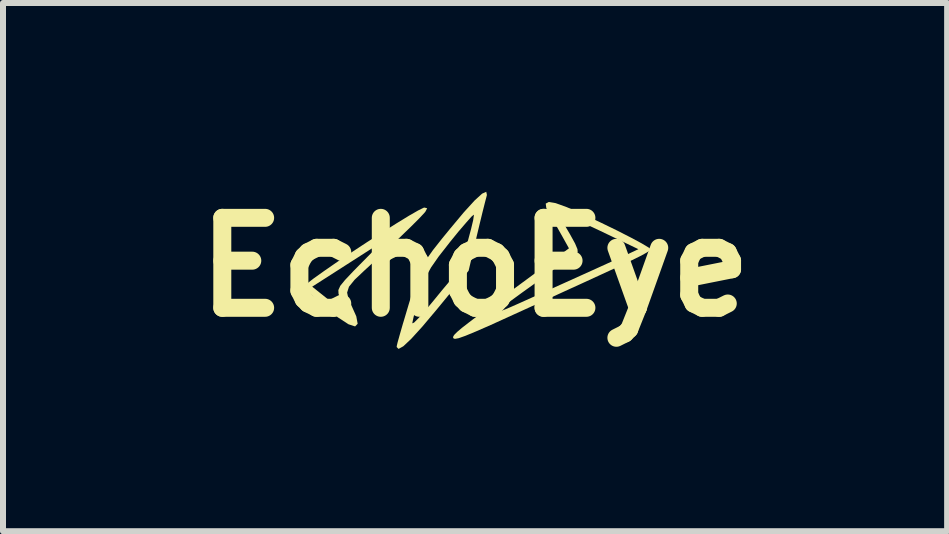
<source format=kicad_pcb>
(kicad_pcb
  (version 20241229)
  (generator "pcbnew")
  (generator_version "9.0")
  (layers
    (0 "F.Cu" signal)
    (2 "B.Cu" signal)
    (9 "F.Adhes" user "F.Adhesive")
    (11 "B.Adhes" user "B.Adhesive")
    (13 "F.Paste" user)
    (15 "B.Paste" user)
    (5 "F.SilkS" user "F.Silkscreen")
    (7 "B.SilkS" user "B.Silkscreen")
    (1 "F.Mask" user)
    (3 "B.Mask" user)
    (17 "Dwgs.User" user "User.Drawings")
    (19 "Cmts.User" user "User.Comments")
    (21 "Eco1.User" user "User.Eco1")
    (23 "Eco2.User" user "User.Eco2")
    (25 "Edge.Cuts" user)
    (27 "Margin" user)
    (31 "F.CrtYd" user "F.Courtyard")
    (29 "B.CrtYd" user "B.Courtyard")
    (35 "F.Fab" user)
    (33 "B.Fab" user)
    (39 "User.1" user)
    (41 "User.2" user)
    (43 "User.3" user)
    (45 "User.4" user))
  (footprint "EchoEye"
    (layer "F.Cu")
    (at 4.871 1.404)
    (property "Reference" "EchoEye" (at 0 0 0) (layer "F.SilkS") (effects (font (size 1.5 1.5) (thickness 0.3))))
    (attr board_only exclude_from_pos_files exclude_from_bom)
    (fp_poly (pts (xy -0.798 -0.981) (xy -0.827 -0.926) (xy -0.843 -0.906) (xy -0.925 -0.818) (xy -1.068 -0.675) (xy -1.254 -0.495) (xy -1.466 -0.294) (xy -1.687 -0.088) (xy -1.842 0.054) (xy -2.008 0.211) (xy -2.102 0.327) (xy -2.133 0.425) (xy -2.111 0.529) (xy -2.071 0.617) (xy -1.98 0.821) (xy -1.957 0.945) (xy -2 0.989) (xy -2.11 0.953) (xy -2.288 0.837) (xy -2.483 0.684) (xy -2.644 0.543) (xy -2.769 0.423) (xy -2.839 0.342) (xy -2.846 0.326) (xy -2.715 0.326) (xy -2.468 0.524) (xy -2.335 0.625) (xy -2.238 0.689) (xy -2.201 0.703) (xy -2.205 0.646) (xy -2.242 0.535) (xy -2.248 0.52) (xy -2.276 0.446) (xy -2.279 0.383) (xy -2.247 0.312) (xy -2.169 0.216) (xy -2.035 0.074) (xy -1.929 -0.034) (xy -1.542 -0.426) (xy -2.128 -0.05) (xy -2.715 0.326) (xy -2.846 0.326) (xy -2.848 0.321) (xy -2.806 0.278) (xy -2.691 0.189) (xy -2.517 0.065) (xy -2.3 -0.085) (xy -2.055 -0.249) (xy -1.798 -0.418) (xy -1.757 -0.444) (xy -1.516 -0.444) (xy -1.49 -0.418) (xy -1.463 -0.444) (xy -1.49 -0.47) (xy -1.516 -0.444) (xy -1.757 -0.444) (xy -1.543 -0.582) (xy -1.307 -0.731) (xy -1.103 -0.856) (xy -0.948 -0.945) (xy -0.857 -0.99) (xy -0.843 -0.993)) (stroke (width 0) (type solid)) (fill yes) (layer "F.SilkS"))
    (fp_poly (pts (xy 0.198 -1.203) (xy 0.188 -1.163) (xy 0.165 -1.076) (xy 0.124 -0.913) (xy 0.072 -0.699) (xy 0.026 -0.506) (xy -0.107 0.06) (xy -0.641 0.71) (xy -0.882 0.996) (xy -1.066 1.198) (xy -1.196 1.32) (xy -1.275 1.364) (xy -1.306 1.333) (xy -1.306 1.32) (xy -1.292 1.258) (xy -1.252 1.116) (xy -1.201 0.938) (xy -1.045 0.938) (xy -1.015 0.924) (xy -0.934 0.842) (xy -0.814 0.706) (xy -0.695 0.563) (xy -0.548 0.383) (xy -0.422 0.233) (xy -0.334 0.133) (xy -0.303 0.101) (xy -0.273 0.043) (xy -0.227 -0.087) (xy -0.171 -0.261) (xy -0.115 -0.453) (xy -0.066 -0.636) (xy -0.031 -0.783) (xy -0.019 -0.866) (xy -0.021 -0.874) (xy -0.058 -0.843) (xy -0.146 -0.744) (xy -0.274 -0.595) (xy -0.426 -0.408) (xy -0.427 -0.406) (xy -0.607 -0.176) (xy -0.733 0.005) (xy -0.822 0.167) (xy -0.888 0.338) (xy -0.931 0.479) (xy -0.985 0.675) (xy -1.025 0.834) (xy -1.045 0.928) (xy -1.045 0.938) (xy -1.201 0.938) (xy -1.193 0.913) (xy -1.121 0.671) (xy -1.106 0.62) (xy -1.027 0.364) (xy -0.961 0.171) (xy -0.894 0.016) (xy -0.812 -0.127) (xy -0.702 -0.283) (xy -0.548 -0.478) (xy -0.413 -0.643) (xy -0.184 -0.917) (xy -0.006 -1.112) (xy 0.118 -1.225) (xy 0.187 -1.256)) (stroke (width 0) (type solid)) (fill yes) (layer "F.SilkS"))
    (fp_poly (pts (xy 1.344 -1.067) (xy 1.532 -0.999) (xy 1.799 -0.883) (xy 2.104 -0.739) (xy 2.371 -0.609) (xy 2.602 -0.491) (xy 2.782 -0.394) (xy 2.894 -0.327) (xy 2.927 -0.299) (xy 2.913 -0.278) (xy 2.865 -0.244) (xy 2.772 -0.192) (xy 2.624 -0.119) (xy 2.411 -0.018) (xy 2.123 0.115) (xy 1.751 0.286) (xy 1.597 0.356) (xy 1.372 0.459) (xy 1.098 0.584) (xy 0.8 0.72) (xy 0.591 0.815) (xy 0.262 0.965) (xy 0.015 1.073) (xy -0.159 1.145) (xy -0.272 1.185) (xy -0.337 1.197) (xy -0.363 1.185) (xy -0.366 1.172) (xy -0.361 1.151) (xy -0.339 1.121) (xy -0.294 1.077) (xy -0.216 1.011) (xy -0.096 0.918) (xy 0.072 0.79) (xy 0.159 0.725) (xy 0.417 0.725) (xy 0.423 0.731) (xy 0.447 0.726) (xy 0.5 0.706) (xy 0.594 0.666) (xy 0.741 0.601) (xy 0.952 0.506) (xy 1.239 0.377) (xy 1.49 0.264) (xy 1.789 0.129) (xy 2.065 0.004) (xy 2.3 -0.103) (xy 2.475 -0.182) (xy 2.574 -0.228) (xy 2.577 -0.23) (xy 2.724 -0.299) (xy 2.316 -0.495) (xy 2.084 -0.606) (xy 1.847 -0.717) (xy 1.651 -0.807) (xy 1.628 -0.818) (xy 1.348 -0.944) (xy 1.451 -0.773) (xy 1.584 -0.547) (xy 1.668 -0.394) (xy 1.708 -0.299) (xy 1.712 -0.247) (xy 1.686 -0.224) (xy 1.684 -0.223) (xy 1.609 -0.18) (xy 1.483 -0.092) (xy 1.371 -0.007) (xy 1.202 0.121) (xy 0.991 0.277) (xy 0.782 0.427) (xy 0.771 0.435) (xy 0.609 0.553) (xy 0.486 0.649) (xy 0.423 0.706) (xy 0.418 0.714) (xy 0.417 0.725) (xy 0.159 0.725) (xy 0.297 0.622) (xy 0.589 0.406) (xy 0.954 0.137) (xy 1.058 0.061) (xy 1.566 -0.313) (xy 1.457 -0.509) (xy 1.36 -0.681) (xy 1.262 -0.847) (xy 1.249 -0.869) (xy 1.188 -0.987) (xy 1.179 -1.059) (xy 1.229 -1.086)) (stroke (width 0) (type solid)) (fill yes) (layer "F.SilkS")))
  (gr_rect
    (start -3 -3)
    (end 12.743 5.808)
    (stroke (width 0.1) (type default))
    (fill no)
    (layer "Edge.Cuts")))
</source>
